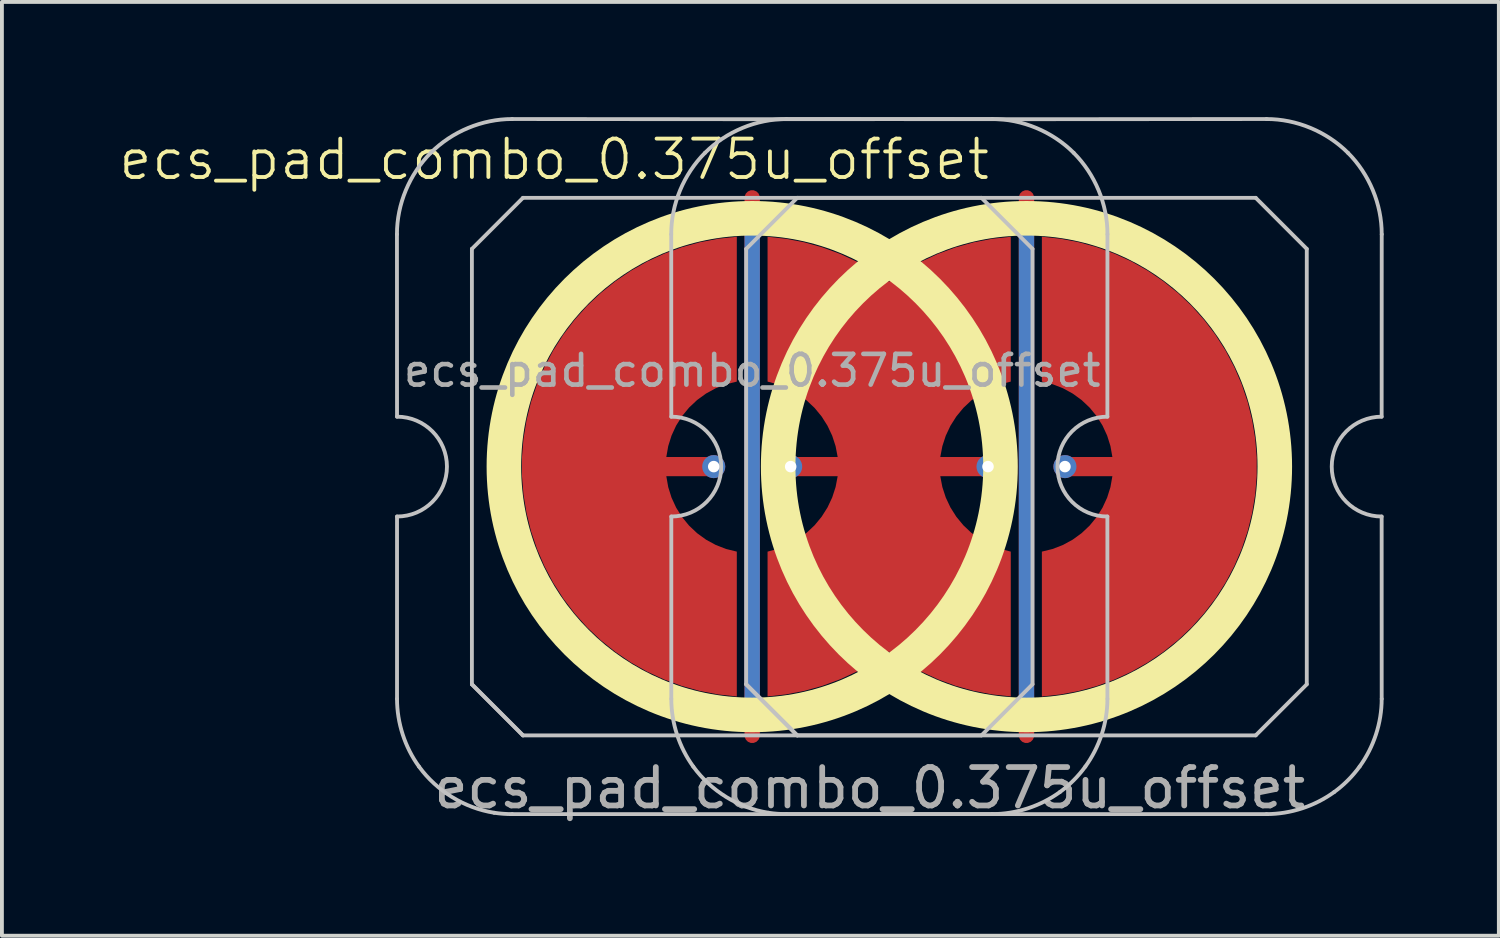
<source format=kicad_pcb>
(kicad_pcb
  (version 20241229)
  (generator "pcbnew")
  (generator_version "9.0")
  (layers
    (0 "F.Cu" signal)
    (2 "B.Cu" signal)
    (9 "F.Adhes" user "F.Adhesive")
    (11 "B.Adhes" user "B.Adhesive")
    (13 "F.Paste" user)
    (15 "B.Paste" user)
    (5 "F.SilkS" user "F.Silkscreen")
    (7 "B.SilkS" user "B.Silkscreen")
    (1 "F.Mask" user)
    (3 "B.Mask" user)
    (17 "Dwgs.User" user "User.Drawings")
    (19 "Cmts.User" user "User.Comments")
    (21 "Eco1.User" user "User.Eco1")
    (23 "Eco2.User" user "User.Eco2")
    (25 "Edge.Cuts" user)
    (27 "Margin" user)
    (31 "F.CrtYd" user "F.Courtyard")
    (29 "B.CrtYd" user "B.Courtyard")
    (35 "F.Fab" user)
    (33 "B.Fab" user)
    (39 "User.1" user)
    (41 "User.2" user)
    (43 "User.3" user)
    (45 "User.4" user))
  (footprint "ecs_pad_combo_0.375u_offset"
    (layer "F.Cu")
    (at 23.683 9.102)
    (property "Reference" "ecs_pad_combo_0.375u_offset" (at -12.3 -8 0) (unlocked yes) (layer "F.SilkS") (effects (font (size 1 1) (thickness 0.1))))
    (attr smd)
    (fp_circle (center -7.143 0) (end -0.676 0) (stroke (width 0.9) (type solid)) (fill no) (layer "F.SilkS"))
    (fp_circle (center 0 0) (end 6.467 0) (stroke (width 0.9) (type solid)) (fill no) (layer "F.SilkS"))
    (fp_line (start -16.395 -6.05) (end -16.393 -1.3) (stroke (width 0.1) (type solid)) (layer "Dwgs.User"))
    (fp_line (start -16.393 1.3) (end -16.393 6.049) (stroke (width 0.1) (type solid)) (layer "Dwgs.User"))
    (fp_line (start -14.443 -5.67) (end -13.113 -7) (stroke (width 0.1) (type solid)) (layer "Dwgs.User"))
    (fp_line (start -14.443 5.67) (end -14.443 -5.67) (stroke (width 0.1) (type solid)) (layer "Dwgs.User"))
    (fp_line (start -14.443 5.67) (end -13.113 7) (stroke (width 0.1) (type solid)) (layer "Dwgs.User"))
    (fp_line (start -13.113 -7) (end -1.173 -7) (stroke (width 0.1) (type solid)) (layer "Dwgs.User"))
    (fp_line (start -13.113 7) (end -14.443 5.67) (stroke (width 0.1) (type solid)) (layer "Dwgs.User"))
    (fp_line (start -9.252 -6.05) (end -9.25 -1.3) (stroke (width 0.1) (type solid)) (layer "Dwgs.User"))
    (fp_line (start -9.25 1.3) (end -9.25 6.049) (stroke (width 0.1) (type solid)) (layer "Dwgs.User"))
    (fp_line (start -7.3 -5.67) (end -5.97 -7) (stroke (width 0.1) (type solid)) (layer "Dwgs.User"))
    (fp_line (start -7.3 5.67) (end -7.3 -5.67) (stroke (width 0.1) (type solid)) (layer "Dwgs.User"))
    (fp_line (start -7.3 5.67) (end -5.97 7) (stroke (width 0.1) (type solid)) (layer "Dwgs.User"))
    (fp_line (start -5.97 -7) (end 5.97 -7) (stroke (width 0.1) (type solid)) (layer "Dwgs.User"))
    (fp_line (start -5.97 7) (end -7.3 5.67) (stroke (width 0.1) (type solid)) (layer "Dwgs.User"))
    (fp_line (start -1.173 -7) (end 0.157 -5.67) (stroke (width 0.1) (type solid)) (layer "Dwgs.User"))
    (fp_line (start -1.173 7) (end -13.113 7) (stroke (width 0.1) (type solid)) (layer "Dwgs.User"))
    (fp_line (start 0.157 -5.67) (end 0.157 5.67) (stroke (width 0.1) (type solid)) (layer "Dwgs.User"))
    (fp_line (start 0.157 5.67) (end -1.173 7) (stroke (width 0.1) (type solid)) (layer "Dwgs.User"))
    (fp_line (start 2.107 1.3) (end 2.108 6.049) (stroke (width 0.1) (type solid)) (layer "Dwgs.User"))
    (fp_line (start 2.109 -6.05) (end 2.107 -1.3) (stroke (width 0.1) (type solid)) (layer "Dwgs.User"))
    (fp_line (start 5.97 -7) (end 7.3 -5.67) (stroke (width 0.1) (type solid)) (layer "Dwgs.User"))
    (fp_line (start 5.97 7) (end -5.97 7) (stroke (width 0.1) (type solid)) (layer "Dwgs.User"))
    (fp_line (start 7.3 -5.67) (end 7.3 5.67) (stroke (width 0.1) (type solid)) (layer "Dwgs.User"))
    (fp_line (start 7.3 5.67) (end 5.97 7) (stroke (width 0.1) (type solid)) (layer "Dwgs.User"))
    (fp_line (start 9.25 1.3) (end 9.251 6.049) (stroke (width 0.1) (type solid)) (layer "Dwgs.User"))
    (fp_line (start 9.252 -6.05) (end 9.25 -1.3) (stroke (width 0.1) (type solid)) (layer "Dwgs.User"))
    (fp_arc (start -16.392954 -1.3) (mid -15.092954 0) (end -16.392954 1.3) (stroke (width 0.1) (type solid)) (layer "Dwgs.User"))
    (fp_arc (start -9.25 -1.3) (mid -7.95 0) (end -9.25 1.3) (stroke (width 0.1) (type solid)) (layer "Dwgs.User"))
    (fp_arc (start 2.107046 1.3) (mid 0.807046 0) (end 2.107046 -1.3) (stroke (width 0.1) (type solid)) (layer "Dwgs.User"))
    (fp_arc (start 9.25 1.3) (mid 7.949996 0) (end 9.25 -1.3) (stroke (width 0.1) (type solid)) (layer "Dwgs.User"))
    (fp_curve (pts (xy -16.393 6.049) (xy -16.393 6.677) (xy -16.189 7.307) (xy -15.82 7.814)) (stroke (width 0.1) (type solid)) (layer "Dwgs.User"))
    (fp_curve (pts (xy -15.82 7.814) (xy -15.358 8.449) (xy -14.639 8.893) (xy -13.863 9.015)) (stroke (width 0.1) (type solid)) (layer "Dwgs.User"))
    (fp_curve (pts (xy -15.514 -8.172) (xy -16.069 -7.618) (xy -16.397 -6.836) (xy -16.395 -6.05)) (stroke (width 0.1) (type solid)) (layer "Dwgs.User"))
    (fp_curve (pts (xy -13.863 9.015) (xy -13.707 9.039) (xy -13.55 9.05) (xy -13.393 9.05)) (stroke (width 0.1) (type solid)) (layer "Dwgs.User"))
    (fp_curve (pts (xy -13.393 9.05) (xy -9.261 9.052) (xy -5.026 9.05) (xy -0.893 9.05)) (stroke (width 0.1) (type solid)) (layer "Dwgs.User"))
    (fp_curve (pts (xy -13.393 -9.052) (xy -14.178 -9.053) (xy -14.96 -8.726) (xy -15.514 -8.172)) (stroke (width 0.1) (type solid)) (layer "Dwgs.User"))
    (fp_curve (pts (xy -9.25 6.049) (xy -9.25 6.677) (xy -9.046 7.307) (xy -8.677 7.814)) (stroke (width 0.1) (type solid)) (layer "Dwgs.User"))
    (fp_curve (pts (xy -8.677 7.814) (xy -8.215 8.449) (xy -7.496 8.893) (xy -6.72 9.015)) (stroke (width 0.1) (type solid)) (layer "Dwgs.User"))
    (fp_curve (pts (xy -8.372 -8.172) (xy -8.926 -7.618) (xy -9.254 -6.836) (xy -9.252 -6.05)) (stroke (width 0.1) (type solid)) (layer "Dwgs.User"))
    (fp_curve (pts (xy -6.72 9.015) (xy -6.564 9.039) (xy -6.407 9.05) (xy -6.25 9.05)) (stroke (width 0.1) (type solid)) (layer "Dwgs.User"))
    (fp_curve (pts (xy -6.25 9.05) (xy -2.118 9.052) (xy 2.117 9.05) (xy 6.25 9.05)) (stroke (width 0.1) (type solid)) (layer "Dwgs.User"))
    (fp_curve (pts (xy -6.25 -9.052) (xy -7.035 -9.053) (xy -7.817 -8.726) (xy -8.372 -8.172)) (stroke (width 0.1) (type solid)) (layer "Dwgs.User"))
    (fp_curve (pts (xy -0.893 -9.052) (xy -5.027 -9.046) (xy -9.259 -9.046) (xy -13.393 -9.052)) (stroke (width 0.1) (type solid)) (layer "Dwgs.User"))
    (fp_curve (pts (xy -0.893 9.05) (xy -0.265 9.05) (xy 0.361 8.844) (xy 0.87 8.476)) (stroke (width 0.1) (type solid)) (layer "Dwgs.User"))
    (fp_curve (pts (xy 0.87 8.476) (xy 1.124 8.291) (xy 1.349 8.066) (xy 1.533 7.812)) (stroke (width 0.1) (type solid)) (layer "Dwgs.User"))
    (fp_curve (pts (xy 1.229 -8.172) (xy 0.674 -8.726) (xy -0.108 -9.053) (xy -0.893 -9.052)) (stroke (width 0.1) (type solid)) (layer "Dwgs.User"))
    (fp_curve (pts (xy 1.533 7.812) (xy 1.902 7.303) (xy 2.108 6.678) (xy 2.108 6.049)) (stroke (width 0.1) (type solid)) (layer "Dwgs.User"))
    (fp_curve (pts (xy 2.109 -6.05) (xy 2.111 -6.836) (xy 1.783 -7.618) (xy 1.229 -8.172)) (stroke (width 0.1) (type solid)) (layer "Dwgs.User"))
    (fp_curve (pts (xy 6.25 -9.052) (xy 2.116 -9.046) (xy -2.116 -9.046) (xy -6.25 -9.052)) (stroke (width 0.1) (type solid)) (layer "Dwgs.User"))
    (fp_curve (pts (xy 6.25 9.05) (xy 6.878 9.05) (xy 7.504 8.844) (xy 8.013 8.476)) (stroke (width 0.1) (type solid)) (layer "Dwgs.User"))
    (fp_curve (pts (xy 8.013 8.476) (xy 8.267 8.291) (xy 8.492 8.066) (xy 8.676 7.812)) (stroke (width 0.1) (type solid)) (layer "Dwgs.User"))
    (fp_curve (pts (xy 8.372 -8.172) (xy 7.817 -8.726) (xy 7.035 -9.053) (xy 6.25 -9.052)) (stroke (width 0.1) (type solid)) (layer "Dwgs.User"))
    (fp_curve (pts (xy 8.676 7.812) (xy 9.045 7.303) (xy 9.251 6.678) (xy 9.251 6.049)) (stroke (width 0.1) (type solid)) (layer "Dwgs.User"))
    (fp_curve (pts (xy 9.252 -6.05) (xy 9.254 -6.836) (xy 8.926 -7.618) (xy 8.372 -8.172)) (stroke (width 0.1) (type solid)) (layer "Dwgs.User"))
    (fp_circle (center -7.143 0) (end -7.143 -1) (stroke (width 0.1) (type default)) (fill no) (layer "Eco1.User"))
    (fp_circle (center 0 0) (end 0 1) (stroke (width 0.1) (type default)) (fill no) (layer "Eco1.User"))
    (fp_text user "${REFERENCE}" (at -7.143 -2.5 0) (layer "F.Fab") (effects (font (size 0.8 0.8) (thickness 0.12))))
    (fp_text user "${REFERENCE}" (at -4.082 8.37 0) (unlocked yes) (layer "F.Fab") (effects (font (size 1 1) (thickness 0.15))))
    (pad "1" thru_hole circle (at -8.145 0 90) (size 0.6 0.6) (drill 0.3) (layers "*.Cu"))
    (pad "1" smd custom (at -8.144 0) (size 0.4 0.4) (layers "F.Cu") (options (anchor circle)) (primitives (gr_poly (pts (xy 0.6 -2.214) (xy 0.32 -2.145) (xy 0.052 -2.041) (xy -0.201 -1.903) (xy -0.434 -1.734) (xy -0.644 -1.536) (xy -0.826 -1.314) (xy -0.979 -1.07) (xy -1.1 -0.808) (xy -1.186 -0.534) (xy -1.236 -0.25) (xy 0 -0.25) (xy 0.096 -0.231) (xy 0.177 -0.177) (xy 0.231 -0.096) (xy 0.25 0) (xy 0.231 0.096) (xy 0.177 0.177) (xy 0.096 0.231) (xy 0 0.25) (xy -1.236 0.25) (xy -1.186 0.534) (xy -1.1 0.808) (xy -0.979 1.07) (xy -0.826 1.314) (xy -0.644 1.536) (xy -0.434 1.734) (xy -0.201 1.903) (xy 0.052 2.041) (xy 0.32 2.145) (xy 0.6 2.214) (xy 0.6 5.987) (xy 0.115 5.934) (xy -0.364 5.843) (xy -0.834 5.713) (xy -1.292 5.545) (xy -1.735 5.341) (xy -2.159 5.101) (xy -2.563 4.827) (xy -2.943 4.522) (xy -3.298 4.187) (xy -3.623 3.824) (xy -3.919 3.436) (xy -4.182 3.025) (xy -4.41 2.594) (xy -4.603 2.147) (xy -4.759 1.684) (xy -4.876 1.211) (xy -4.955 0.73) (xy -4.995 0.244) (xy -4.995 -0.244) (xy -4.955 -0.73) (xy -4.876 -1.211) (xy -4.759 -1.684) (xy -4.603 -2.147) (xy -4.41 -2.594) (xy -4.182 -3.025) (xy -3.919 -3.436) (xy -3.623 -3.824) (xy -3.298 -4.187) (xy -2.943 -4.522) (xy -2.563 -4.827) (xy -2.159 -5.101) (xy -1.735 -5.341) (xy -1.292 -5.545) (xy -0.834 -5.713) (xy -0.364 -5.843) (xy 0.115 -5.934) (xy 0.6 -5.987)) (width 0) (fill yes))))
    (pad "1" smd custom (at 1.001 0 180) (size 0.4 0.4) (layers "F.Cu") (options (anchor circle)) (primitives (gr_poly (pts (xy 0.6 -2.214) (xy 0.32 -2.145) (xy 0.052 -2.041) (xy -0.201 -1.903) (xy -0.434 -1.734) (xy -0.644 -1.536) (xy -0.826 -1.314) (xy -0.979 -1.07) (xy -1.1 -0.808) (xy -1.186 -0.534) (xy -1.236 -0.25) (xy 0 -0.25) (xy 0.096 -0.231) (xy 0.177 -0.177) (xy 0.231 -0.096) (xy 0.25 0) (xy 0.231 0.096) (xy 0.177 0.177) (xy 0.096 0.231) (xy 0 0.25) (xy -1.236 0.25) (xy -1.186 0.534) (xy -1.1 0.808) (xy -0.979 1.07) (xy -0.826 1.314) (xy -0.644 1.536) (xy -0.434 1.734) (xy -0.201 1.903) (xy 0.052 2.041) (xy 0.32 2.145) (xy 0.6 2.214) (xy 0.6 5.987) (xy 0.115 5.934) (xy -0.364 5.843) (xy -0.834 5.713) (xy -1.292 5.545) (xy -1.735 5.341) (xy -2.159 5.101) (xy -2.563 4.827) (xy -2.943 4.522) (xy -3.298 4.187) (xy -3.623 3.824) (xy -3.919 3.436) (xy -4.182 3.025) (xy -4.41 2.594) (xy -4.603 2.147) (xy -4.759 1.684) (xy -4.876 1.211) (xy -4.955 0.73) (xy -4.995 0.244) (xy -4.995 -0.244) (xy -4.955 -0.73) (xy -4.876 -1.211) (xy -4.759 -1.684) (xy -4.603 -2.147) (xy -4.41 -2.594) (xy -4.182 -3.025) (xy -3.919 -3.436) (xy -3.623 -3.824) (xy -3.298 -4.187) (xy -2.943 -4.522) (xy -2.563 -4.827) (xy -2.159 -5.101) (xy -1.735 -5.341) (xy -1.292 -5.545) (xy -0.834 -5.713) (xy -0.364 -5.843) (xy 0.115 -5.934) (xy 0.6 -5.987)) (width 0) (fill yes))))
    (pad "1" thru_hole circle (at 1.002 0 270) (size 0.6 0.6) (drill 0.3) (layers "*.Cu"))
    (pad "2" smd custom (at -6.153 0) (size 0.118 0.118) (layers "F.Cu") (options (anchor circle)) (primitives (gr_poly (pts (xy -0.096 -0.231) (xy -0.177 -0.177) (xy -0.231 -0.096) (xy -0.25 0) (xy -0.231 0.096) (xy -0.177 0.177) (xy -0.096 0.231) (xy 0 0.25) (xy 1.236 0.25) (xy 1.182 0.532) (xy 1.093 0.805) (xy 0.971 1.064) (xy 0.817 1.307) (xy 0.635 1.528) (xy 0.426 1.725) (xy 0.194 1.894) (xy -0.056 2.034) (xy -0.323 2.141) (xy -0.59 2.214) (xy -0.59 5.986) (xy -0.113 5.933) (xy 0.367 5.841) (xy 0.839 5.709) (xy 1.298 5.54) (xy 1.742 5.334) (xy 2.167 5.093) (xy 2.572 4.817) (xy 2.976 5.093) (xy 3.402 5.334) (xy 3.846 5.54) (xy 4.305 5.709) (xy 4.777 5.841) (xy 5.257 5.933) (xy 5.744 5.986) (xy 5.744 2.214) (xy 5.466 2.141) (xy 5.2 2.034) (xy 4.949 1.894) (xy 4.718 1.725) (xy 4.509 1.528) (xy 4.327 1.307) (xy 4.173 1.064) (xy 4.051 0.805) (xy 3.962 0.532) (xy 3.908 0.25) (xy 5.144 0.25) (xy 5.239 0.231) (xy 5.321 0.177) (xy 5.375 0.096) (xy 5.394 0) (xy 5.375 -0.096) (xy 5.321 -0.177) (xy 5.239 -0.231) (xy 5.144 -0.25) (xy 3.908 -0.25) (xy 3.962 -0.532) (xy 4.051 -0.805) (xy 4.173 -1.064) (xy 4.327 -1.307) (xy 4.509 -1.528) (xy 4.718 -1.725) (xy 4.949 -1.894) (xy 5.2 -2.034) (xy 5.466 -2.141) (xy 5.744 -2.214) (xy 5.744 -5.986) (xy 5.257 -5.933) (xy 4.777 -5.841) (xy 4.305 -5.709) (xy 3.846 -5.54) (xy 3.402 -5.334) (xy 2.976 -5.093) (xy 2.572 -4.817) (xy 2.167 -5.093) (xy 1.742 -5.334) (xy 1.298 -5.54) (xy 0.839 -5.709) (xy 0.367 -5.841) (xy -0.113 -5.933) (xy -0.59 -5.986) (xy -0.59 -2.214) (xy -0.323 -2.141) (xy -0.056 -2.034) (xy 0.194 -1.894) (xy 0.426 -1.725) (xy 0.635 -1.528) (xy 0.817 -1.307) (xy 0.971 -1.064) (xy 1.093 -0.805) (xy 1.182 -0.532) (xy 1.236 -0.25) (xy 0 -0.25)) (width 0) (fill yes))))
    (pad "2" thru_hole circle (at -6.141 0 90) (size 0.6 0.6) (drill 0.3) (layers "*.Cu"))
    (pad "2" thru_hole circle (at -1.002 0 270) (size 0.6 0.6) (drill 0.3) (layers "*.Cu"))
    (pad "3" smd custom (at -7.143 0) (size 0.4 0.4) (layers "F.Cu") (options (anchor rect)) (primitives (gr_line (start 0 -7) (end 0 7) (width 0.4))))
    (pad "3" smd custom (at -7.143 0 180) (size 0.4 0.4) (layers "B.Cu") (options (anchor rect)) (primitives (gr_line (start 0 -6.5) (end 0 6.5) (width 0.4))))
    (pad "3" smd custom (at 0 0) (size 0.4 0.4) (layers "F.Cu") (options (anchor rect)) (primitives (gr_line (start 0 -7) (end 0 7) (width 0.4))))
    (pad "3" smd custom (at 0 0) (size 0.4 0.4) (layers "B.Cu") (options (anchor rect)) (primitives (gr_line (start 0 -6.5) (end 0 6.5) (width 0.4))))
    (zone (net_name "") (layer "F.Cu") (hatch edge 0.508) (connect_pads) (min_thickness 0.254) (filled_areas_thickness no) (keepout (tracks allowed) (vias allowed) (pads allowed) (copperpour not_allowed) (footprints allowed)) (placement (enabled no)) (fill) (polygon (pts (xy 23.545 9.102) (xy 23.526 8.589) (xy 23.47 8.078) (xy 23.377 7.574) (xy 23.246 7.077) (xy 23.08 6.591) (xy 22.879 6.119) (xy 22.643 5.663) (xy 22.375 5.225) (xy 22.075 4.808) (xy 21.746 4.415) (xy 21.389 4.046) (xy 21.005 3.704) (xy 20.598 3.392) (xy 20.169 3.11) (xy 19.721 2.86) (xy 19.255 2.644) (xy 18.775 2.463) (xy 18.282 2.317) (xy 17.781 2.208) (xy 17.273 2.135) (xy 16.76 2.1) (xy 16.247 2.103) (xy 15.735 2.143) (xy 15.228 2.221) (xy 14.727 2.335) (xy 14.237 2.486) (xy 13.758 2.673) (xy 13.295 2.894) (xy 12.849 3.148) (xy 12.423 3.435) (xy 12.019 3.751) (xy 11.639 4.097) (xy 11.286 4.469) (xy 10.961 4.867) (xy 10.666 5.287) (xy 10.402 5.727) (xy 10.171 6.186) (xy 9.975 6.66) (xy 9.814 7.147) (xy 9.689 7.645) (xy 9.6 8.151) (xy 9.549 8.662) (xy 9.536 9.175) (xy 9.56 9.688) (xy 9.622 10.198) (xy 9.721 10.701) (xy 9.856 11.196) (xy 10.027 11.68) (xy 10.234 12.15) (xy 10.474 12.604) (xy 10.747 13.039) (xy 11.051 13.453) (xy 11.384 13.843) (xy 11.745 14.208) (xy 12.132 14.546) (xy 12.543 14.854) (xy 12.975 15.131) (xy 13.426 15.376) (xy 13.894 15.587) (xy 14.376 15.764) (xy 14.869 15.904) (xy 15.372 16.009) (xy 15.881 16.076) (xy 16.394 16.105) (xy 16.907 16.097) (xy 17.418 16.051) (xy 17.925 15.968) (xy 18.424 15.849) (xy 18.913 15.692) (xy 19.39 15.501) (xy 19.851 15.275) (xy 20.294 15.016) (xy 20.717 14.725) (xy 21.118 14.404) (xy 21.494 14.055) (xy 21.843 13.679) (xy 22.164 13.278) (xy 22.455 12.855) (xy 22.714 12.412) (xy 22.94 11.951) (xy 23.131 11.475) (xy 23.287 10.985) (xy 23.407 10.486) (xy 23.49 9.98) (xy 23.536 9.468))))
    (zone (net_name "") (layer "F.Cu") (hatch edge 0.508) (connect_pads) (min_thickness 0.254) (filled_areas_thickness no) (keepout (tracks allowed) (vias allowed) (pads allowed) (copperpour not_allowed) (footprints allowed)) (placement (enabled no)) (fill) (polygon (pts (xy 30.688 9.102) (xy 30.669 8.589) (xy 30.613 8.078) (xy 30.52 7.574) (xy 30.389 7.077) (xy 30.223 6.591) (xy 30.022 6.119) (xy 29.786 5.663) (xy 29.518 5.225) (xy 29.218 4.808) (xy 28.889 4.415) (xy 28.532 4.046) (xy 28.148 3.704) (xy 27.741 3.392) (xy 27.312 3.11) (xy 26.863 2.86) (xy 26.398 2.644) (xy 25.918 2.463) (xy 25.425 2.317) (xy 24.924 2.208) (xy 24.416 2.135) (xy 23.903 2.1) (xy 23.39 2.103) (xy 22.878 2.143) (xy 22.371 2.221) (xy 21.87 2.335) (xy 21.38 2.486) (xy 20.901 2.673) (xy 20.438 2.894) (xy 19.992 3.148) (xy 19.566 3.435) (xy 19.162 3.751) (xy 18.782 4.097) (xy 18.429 4.469) (xy 18.104 4.867) (xy 17.809 5.287) (xy 17.545 5.727) (xy 17.314 6.186) (xy 17.118 6.66) (xy 16.957 7.147) (xy 16.832 7.645) (xy 16.743 8.151) (xy 16.692 8.662) (xy 16.679 9.175) (xy 16.703 9.688) (xy 16.765 10.198) (xy 16.864 10.701) (xy 16.999 11.196) (xy 17.17 11.68) (xy 17.377 12.15) (xy 17.617 12.604) (xy 17.89 13.039) (xy 18.194 13.453) (xy 18.527 13.843) (xy 18.888 14.208) (xy 19.275 14.546) (xy 19.686 14.854) (xy 20.118 15.131) (xy 20.569 15.376) (xy 21.037 15.587) (xy 21.519 15.764) (xy 22.012 15.904) (xy 22.515 16.009) (xy 23.024 16.076) (xy 23.537 16.105) (xy 24.05 16.097) (xy 24.561 16.051) (xy 25.068 15.968) (xy 25.567 15.849) (xy 26.056 15.692) (xy 26.532 15.501) (xy 26.994 15.275) (xy 27.437 15.016) (xy 27.86 14.725) (xy 28.26 14.404) (xy 28.637 14.055) (xy 28.986 13.679) (xy 29.307 13.278) (xy 29.598 12.855) (xy 29.857 12.412) (xy 30.083 11.951) (xy 30.274 11.475) (xy 30.43 10.985) (xy 30.55 10.486) (xy 30.633 9.98) (xy 30.679 9.468))))
    (zone (net_name "") (layer "B.Cu") (hatch edge 0.508) (connect_pads) (min_thickness 0.254) (filled_areas_thickness no) (keepout (tracks allowed) (vias allowed) (pads allowed) (copperpour not_allowed) (footprints allowed)) (placement (enabled no)) (fill) (polygon (pts (xy 23.099 9.102) (xy 23.078 8.587) (xy 23.018 8.076) (xy 22.917 7.571) (xy 22.778 7.075) (xy 22.599 6.592) (xy 22.384 6.124) (xy 22.132 5.675) (xy 21.846 5.247) (xy 21.527 4.842) (xy 21.178 4.464) (xy 20.8 4.115) (xy 20.395 3.796) (xy 19.967 3.51) (xy 19.518 3.258) (xy 19.05 3.043) (xy 18.567 2.864) (xy 18.071 2.725) (xy 17.566 2.624) (xy 17.055 2.564) (xy 16.54 2.543) (xy 16.026 2.564) (xy 15.514 2.624) (xy 15.009 2.725) (xy 14.514 2.864) (xy 14.031 3.043) (xy 13.563 3.258) (xy 13.114 3.51) (xy 12.686 3.796) (xy 12.281 4.115) (xy 11.903 4.464) (xy 11.553 4.842) (xy 11.235 5.247) (xy 10.949 5.675) (xy 10.697 6.124) (xy 10.481 6.592) (xy 10.303 7.075) (xy 10.163 7.571) (xy 10.063 8.076) (xy 10.002 8.587) (xy 9.982 9.102) (xy 10.002 9.616) (xy 10.063 10.128) (xy 10.163 10.633) (xy 10.303 11.128) (xy 10.481 11.611) (xy 10.697 12.079) (xy 10.949 12.528) (xy 11.235 12.957) (xy 11.553 13.361) (xy 11.903 13.739) (xy 12.281 14.089) (xy 12.686 14.407) (xy 13.114 14.694) (xy 13.563 14.945) (xy 14.031 15.161) (xy 14.514 15.339) (xy 15.009 15.479) (xy 15.514 15.579) (xy 16.026 15.64) (xy 16.54 15.66) (xy 17.055 15.64) (xy 17.566 15.579) (xy 18.071 15.479) (xy 18.567 15.339) (xy 19.05 15.161) (xy 19.518 14.945) (xy 19.967 14.694) (xy 20.395 14.407) (xy 20.8 14.089) (xy 21.178 13.739) (xy 21.527 13.361) (xy 21.846 12.957) (xy 22.132 12.528) (xy 22.384 12.079) (xy 22.599 11.611) (xy 22.778 11.128) (xy 22.917 10.633) (xy 23.018 10.128) (xy 23.078 9.616))))
    (zone (net_name "") (layer "B.Cu") (hatch edge 0.508) (connect_pads) (min_thickness 0.254) (filled_areas_thickness no) (keepout (tracks allowed) (vias allowed) (pads allowed) (copperpour not_allowed) (footprints allowed)) (placement (enabled no)) (fill) (polygon (pts (xy 30.242 9.102) (xy 30.221 8.587) (xy 30.161 8.076) (xy 30.06 7.571) (xy 29.921 7.075) (xy 29.742 6.592) (xy 29.527 6.124) (xy 29.275 5.675) (xy 28.989 5.247) (xy 28.67 4.842) (xy 28.321 4.464) (xy 27.943 4.115) (xy 27.538 3.796) (xy 27.11 3.51) (xy 26.661 3.258) (xy 26.193 3.043) (xy 25.71 2.864) (xy 25.214 2.725) (xy 24.709 2.624) (xy 24.198 2.564) (xy 23.683 2.543) (xy 23.169 2.564) (xy 22.657 2.624) (xy 22.152 2.725) (xy 21.657 2.864) (xy 21.174 3.043) (xy 20.706 3.258) (xy 20.257 3.51) (xy 19.828 3.796) (xy 19.424 4.115) (xy 19.046 4.464) (xy 18.696 4.842) (xy 18.378 5.247) (xy 18.092 5.675) (xy 17.84 6.124) (xy 17.624 6.592) (xy 17.446 7.075) (xy 17.306 7.571) (xy 17.206 8.076) (xy 17.145 8.587) (xy 17.125 9.102) (xy 17.145 9.616) (xy 17.206 10.128) (xy 17.306 10.633) (xy 17.446 11.128) (xy 17.624 11.611) (xy 17.84 12.079) (xy 18.092 12.528) (xy 18.378 12.957) (xy 18.696 13.361) (xy 19.046 13.739) (xy 19.424 14.089) (xy 19.828 14.407) (xy 20.257 14.694) (xy 20.706 14.945) (xy 21.174 15.161) (xy 21.657 15.339) (xy 22.152 15.479) (xy 22.657 15.579) (xy 23.169 15.64) (xy 23.683 15.66) (xy 24.198 15.64) (xy 24.709 15.579) (xy 25.214 15.479) (xy 25.71 15.339) (xy 26.193 15.161) (xy 26.661 14.945) (xy 27.11 14.694) (xy 27.538 14.407) (xy 27.943 14.089) (xy 28.321 13.739) (xy 28.67 13.361) (xy 28.989 12.957) (xy 29.275 12.528) (xy 29.527 12.079) (xy 29.742 11.611) (xy 29.921 11.128) (xy 30.06 10.633) (xy 30.161 10.128) (xy 30.221 9.616)))))
  (gr_rect
    (start -3 -3)
    (end 35.985 21.32)
    (stroke (width 0.1) (type default))
    (fill no)
    (layer "Edge.Cuts")))
</source>
